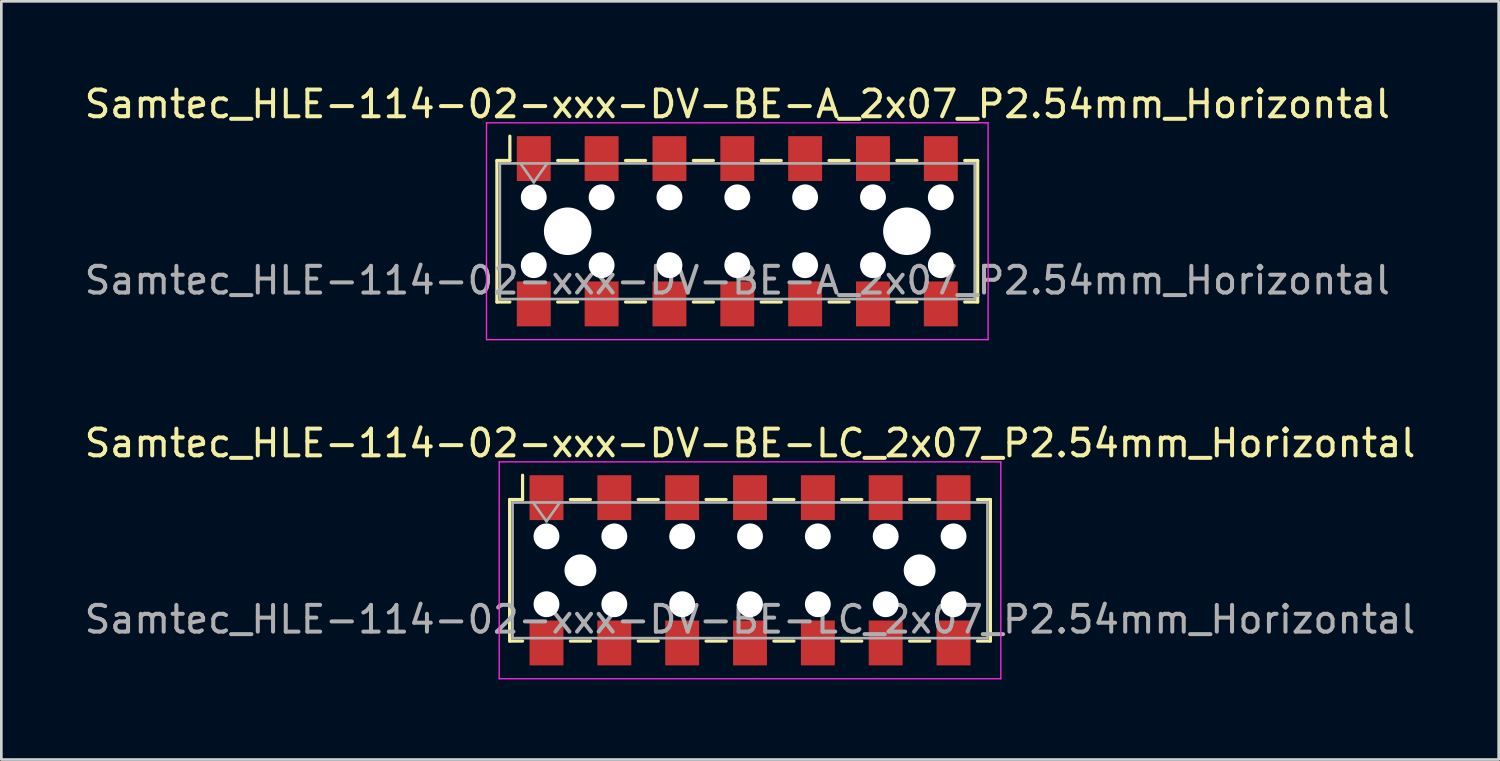
<source format=kicad_pcb>
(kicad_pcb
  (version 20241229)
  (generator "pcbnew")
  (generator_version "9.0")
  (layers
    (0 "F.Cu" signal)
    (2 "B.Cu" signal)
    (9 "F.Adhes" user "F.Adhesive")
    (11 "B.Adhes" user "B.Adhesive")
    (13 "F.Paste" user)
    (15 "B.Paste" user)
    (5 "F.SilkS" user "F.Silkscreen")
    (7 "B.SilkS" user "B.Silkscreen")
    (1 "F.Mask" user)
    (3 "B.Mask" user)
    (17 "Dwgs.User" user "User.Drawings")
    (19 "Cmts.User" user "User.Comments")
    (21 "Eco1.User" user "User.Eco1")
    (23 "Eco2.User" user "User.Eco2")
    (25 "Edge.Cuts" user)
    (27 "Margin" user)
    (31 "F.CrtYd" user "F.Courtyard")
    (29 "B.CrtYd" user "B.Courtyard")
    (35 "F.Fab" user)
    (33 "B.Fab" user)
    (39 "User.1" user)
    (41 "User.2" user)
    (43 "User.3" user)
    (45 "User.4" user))
  (footprint "Samtec_HLE-114-02-xxx-DV-BE-LC_2x07_P2.54mm_Horizontal"
    (layer "F.Cu")
    (at 25.03 18.302)
    (property "Reference" "Samtec_HLE-114-02-xxx-DV-BE-LC_2x07_P2.54mm_Horizontal" (at 0 -4.76 0) (layer "F.SilkS") (effects (font (size 1 1) (thickness 0.15))))
    (attr smd)
    (fp_line (start -9 -2.65) (end -9 2.65) (stroke (width 0.12) (type solid)) (layer "F.SilkS"))
    (fp_line (start -9 2.65) (end -8.515 2.65) (stroke (width 0.12) (type solid)) (layer "F.SilkS"))
    (fp_line (start -8.515 -3.56) (end -8.515 -2.65) (stroke (width 0.12) (type solid)) (layer "F.SilkS"))
    (fp_line (start -8.515 -2.65) (end -9 -2.65) (stroke (width 0.12) (type solid)) (layer "F.SilkS"))
    (fp_line (start -6.725 -2.65) (end -5.975 -2.65) (stroke (width 0.12) (type solid)) (layer "F.SilkS"))
    (fp_line (start -6.725 2.65) (end -5.975 2.65) (stroke (width 0.12) (type solid)) (layer "F.SilkS"))
    (fp_line (start -4.185 -2.65) (end -3.435 -2.65) (stroke (width 0.12) (type solid)) (layer "F.SilkS"))
    (fp_line (start -4.185 2.65) (end -3.435 2.65) (stroke (width 0.12) (type solid)) (layer "F.SilkS"))
    (fp_line (start -1.645 -2.65) (end -0.895 -2.65) (stroke (width 0.12) (type solid)) (layer "F.SilkS"))
    (fp_line (start -1.645 2.65) (end -0.895 2.65) (stroke (width 0.12) (type solid)) (layer "F.SilkS"))
    (fp_line (start 0.895 -2.65) (end 1.645 -2.65) (stroke (width 0.12) (type solid)) (layer "F.SilkS"))
    (fp_line (start 0.895 2.65) (end 1.645 2.65) (stroke (width 0.12) (type solid)) (layer "F.SilkS"))
    (fp_line (start 3.435 -2.65) (end 4.185 -2.65) (stroke (width 0.12) (type solid)) (layer "F.SilkS"))
    (fp_line (start 3.435 2.65) (end 4.185 2.65) (stroke (width 0.12) (type solid)) (layer "F.SilkS"))
    (fp_line (start 5.975 -2.65) (end 6.725 -2.65) (stroke (width 0.12) (type solid)) (layer "F.SilkS"))
    (fp_line (start 5.975 2.65) (end 6.725 2.65) (stroke (width 0.12) (type solid)) (layer "F.SilkS"))
    (fp_line (start 8.515 -2.65) (end 9 -2.65) (stroke (width 0.12) (type solid)) (layer "F.SilkS"))
    (fp_line (start 9 -2.65) (end 9 2.65) (stroke (width 0.12) (type solid)) (layer "F.SilkS"))
    (fp_line (start 9 2.65) (end 8.515 2.65) (stroke (width 0.12) (type solid)) (layer "F.SilkS"))
    (fp_line (start -9.39 -4.06) (end 9.39 -4.06) (stroke (width 0.05) (type solid)) (layer "F.CrtYd"))
    (fp_line (start -9.39 4.06) (end -9.39 -4.06) (stroke (width 0.05) (type solid)) (layer "F.CrtYd"))
    (fp_line (start 9.39 -4.06) (end 9.39 4.06) (stroke (width 0.05) (type solid)) (layer "F.CrtYd"))
    (fp_line (start 9.39 4.06) (end -9.39 4.06) (stroke (width 0.05) (type solid)) (layer "F.CrtYd"))
    (fp_line (start -8.89 -2.54) (end 8.89 -2.54) (stroke (width 0.1) (type solid)) (layer "F.Fab"))
    (fp_line (start -8.89 2.54) (end -8.89 -2.54) (stroke (width 0.1) (type solid)) (layer "F.Fab"))
    (fp_line (start -8.12 -2.54) (end -7.62 -1.833) (stroke (width 0.1) (type solid)) (layer "F.Fab"))
    (fp_line (start -7.62 -1.833) (end -7.12 -2.54) (stroke (width 0.1) (type solid)) (layer "F.Fab"))
    (fp_line (start 8.89 -2.54) (end 8.89 2.54) (stroke (width 0.1) (type solid)) (layer "F.Fab"))
    (fp_line (start 8.89 2.54) (end -8.89 2.54) (stroke (width 0.1) (type solid)) (layer "F.Fab"))
    (fp_text user "${REFERENCE}" (at 0 1.84 0) (layer "F.Fab") (effects (font (size 1 1) (thickness 0.15))))
    (pad "" np_thru_hole circle (at -7.62 -1.27) (size 0.97 0.97) (drill 0.97) (layers "*.Cu" "*.Mask"))
    (pad "" np_thru_hole circle (at -7.62 1.27) (size 0.97 0.97) (drill 0.97) (layers "*.Cu" "*.Mask"))
    (pad "" np_thru_hole circle (at -6.35 0) (size 1.19 1.19) (drill 1.19) (layers "*.Cu" "*.Mask"))
    (pad "" np_thru_hole circle (at -5.08 -1.27) (size 0.97 0.97) (drill 0.97) (layers "*.Cu" "*.Mask"))
    (pad "" np_thru_hole circle (at -5.08 1.27) (size 0.97 0.97) (drill 0.97) (layers "*.Cu" "*.Mask"))
    (pad "" np_thru_hole circle (at -2.54 -1.27) (size 0.97 0.97) (drill 0.97) (layers "*.Cu" "*.Mask"))
    (pad "" np_thru_hole circle (at -2.54 1.27) (size 0.97 0.97) (drill 0.97) (layers "*.Cu" "*.Mask"))
    (pad "" np_thru_hole circle (at 0 -1.27) (size 0.97 0.97) (drill 0.97) (layers "*.Cu" "*.Mask"))
    (pad "" np_thru_hole circle (at 0 1.27) (size 0.97 0.97) (drill 0.97) (layers "*.Cu" "*.Mask"))
    (pad "" np_thru_hole circle (at 2.54 -1.27) (size 0.97 0.97) (drill 0.97) (layers "*.Cu" "*.Mask"))
    (pad "" np_thru_hole circle (at 2.54 1.27) (size 0.97 0.97) (drill 0.97) (layers "*.Cu" "*.Mask"))
    (pad "" np_thru_hole circle (at 5.08 -1.27) (size 0.97 0.97) (drill 0.97) (layers "*.Cu" "*.Mask"))
    (pad "" np_thru_hole circle (at 5.08 1.27) (size 0.97 0.97) (drill 0.97) (layers "*.Cu" "*.Mask"))
    (pad "" np_thru_hole circle (at 6.35 0) (size 1.19 1.19) (drill 1.19) (layers "*.Cu" "*.Mask"))
    (pad "" np_thru_hole circle (at 7.62 -1.27) (size 0.97 0.97) (drill 0.97) (layers "*.Cu" "*.Mask"))
    (pad "" np_thru_hole circle (at 7.62 1.27) (size 0.97 0.97) (drill 0.97) (layers "*.Cu" "*.Mask"))
    (pad "1" smd rect (at -7.62 -2.72) (size 1.27 1.68) (layers "F.Cu" "F.Mask" "F.Paste"))
    (pad "2" smd rect (at -7.62 2.72) (size 1.27 1.68) (layers "F.Cu" "F.Mask" "F.Paste"))
    (pad "3" smd rect (at -5.08 -2.72) (size 1.27 1.68) (layers "F.Cu" "F.Mask" "F.Paste"))
    (pad "4" smd rect (at -5.08 2.72) (size 1.27 1.68) (layers "F.Cu" "F.Mask" "F.Paste"))
    (pad "5" smd rect (at -2.54 -2.72) (size 1.27 1.68) (layers "F.Cu" "F.Mask" "F.Paste"))
    (pad "6" smd rect (at -2.54 2.72) (size 1.27 1.68) (layers "F.Cu" "F.Mask" "F.Paste"))
    (pad "7" smd rect (at 0 -2.72) (size 1.27 1.68) (layers "F.Cu" "F.Mask" "F.Paste"))
    (pad "8" smd rect (at 0 2.72) (size 1.27 1.68) (layers "F.Cu" "F.Mask" "F.Paste"))
    (pad "9" smd rect (at 2.54 -2.72) (size 1.27 1.68) (layers "F.Cu" "F.Mask" "F.Paste"))
    (pad "10" smd rect (at 2.54 2.72) (size 1.27 1.68) (layers "F.Cu" "F.Mask" "F.Paste"))
    (pad "11" smd rect (at 5.08 -2.72) (size 1.27 1.68) (layers "F.Cu" "F.Mask" "F.Paste"))
    (pad "12" smd rect (at 5.08 2.72) (size 1.27 1.68) (layers "F.Cu" "F.Mask" "F.Paste"))
    (pad "13" smd rect (at 7.62 -2.72) (size 1.27 1.68) (layers "F.Cu" "F.Mask" "F.Paste"))
    (pad "14" smd rect (at 7.62 2.72) (size 1.27 1.68) (layers "F.Cu" "F.Mask" "F.Paste")))
  (footprint "Samtec_HLE-114-02-xxx-DV-BE-A_2x07_P2.54mm_Horizontal"
    (layer "F.Cu")
    (at 24.554 5.608)
    (property "Reference" "Samtec_HLE-114-02-xxx-DV-BE-A_2x07_P2.54mm_Horizontal" (at 0 -4.76 0) (layer "F.SilkS") (effects (font (size 1 1) (thickness 0.15))))
    (attr smd)
    (fp_line (start -9 -2.65) (end -9 2.65) (stroke (width 0.12) (type solid)) (layer "F.SilkS"))
    (fp_line (start -9 2.65) (end -8.515 2.65) (stroke (width 0.12) (type solid)) (layer "F.SilkS"))
    (fp_line (start -8.515 -3.56) (end -8.515 -2.65) (stroke (width 0.12) (type solid)) (layer "F.SilkS"))
    (fp_line (start -8.515 -2.65) (end -9 -2.65) (stroke (width 0.12) (type solid)) (layer "F.SilkS"))
    (fp_line (start -6.725 -2.65) (end -5.975 -2.65) (stroke (width 0.12) (type solid)) (layer "F.SilkS"))
    (fp_line (start -6.725 2.65) (end -5.975 2.65) (stroke (width 0.12) (type solid)) (layer "F.SilkS"))
    (fp_line (start -4.185 -2.65) (end -3.435 -2.65) (stroke (width 0.12) (type solid)) (layer "F.SilkS"))
    (fp_line (start -4.185 2.65) (end -3.435 2.65) (stroke (width 0.12) (type solid)) (layer "F.SilkS"))
    (fp_line (start -1.645 -2.65) (end -0.895 -2.65) (stroke (width 0.12) (type solid)) (layer "F.SilkS"))
    (fp_line (start -1.645 2.65) (end -0.895 2.65) (stroke (width 0.12) (type solid)) (layer "F.SilkS"))
    (fp_line (start 0.895 -2.65) (end 1.645 -2.65) (stroke (width 0.12) (type solid)) (layer "F.SilkS"))
    (fp_line (start 0.895 2.65) (end 1.645 2.65) (stroke (width 0.12) (type solid)) (layer "F.SilkS"))
    (fp_line (start 3.435 -2.65) (end 4.185 -2.65) (stroke (width 0.12) (type solid)) (layer "F.SilkS"))
    (fp_line (start 3.435 2.65) (end 4.185 2.65) (stroke (width 0.12) (type solid)) (layer "F.SilkS"))
    (fp_line (start 5.975 -2.65) (end 6.725 -2.65) (stroke (width 0.12) (type solid)) (layer "F.SilkS"))
    (fp_line (start 5.975 2.65) (end 6.725 2.65) (stroke (width 0.12) (type solid)) (layer "F.SilkS"))
    (fp_line (start 8.515 -2.65) (end 9 -2.65) (stroke (width 0.12) (type solid)) (layer "F.SilkS"))
    (fp_line (start 9 -2.65) (end 9 2.65) (stroke (width 0.12) (type solid)) (layer "F.SilkS"))
    (fp_line (start 9 2.65) (end 8.515 2.65) (stroke (width 0.12) (type solid)) (layer "F.SilkS"))
    (fp_line (start -9.39 -4.06) (end 9.39 -4.06) (stroke (width 0.05) (type solid)) (layer "F.CrtYd"))
    (fp_line (start -9.39 4.06) (end -9.39 -4.06) (stroke (width 0.05) (type solid)) (layer "F.CrtYd"))
    (fp_line (start 9.39 -4.06) (end 9.39 4.06) (stroke (width 0.05) (type solid)) (layer "F.CrtYd"))
    (fp_line (start 9.39 4.06) (end -9.39 4.06) (stroke (width 0.05) (type solid)) (layer "F.CrtYd"))
    (fp_line (start -8.89 -2.54) (end 8.89 -2.54) (stroke (width 0.1) (type solid)) (layer "F.Fab"))
    (fp_line (start -8.89 2.54) (end -8.89 -2.54) (stroke (width 0.1) (type solid)) (layer "F.Fab"))
    (fp_line (start -8.12 -2.54) (end -7.62 -1.833) (stroke (width 0.1) (type solid)) (layer "F.Fab"))
    (fp_line (start -7.62 -1.833) (end -7.12 -2.54) (stroke (width 0.1) (type solid)) (layer "F.Fab"))
    (fp_line (start 8.89 -2.54) (end 8.89 2.54) (stroke (width 0.1) (type solid)) (layer "F.Fab"))
    (fp_line (start 8.89 2.54) (end -8.89 2.54) (stroke (width 0.1) (type solid)) (layer "F.Fab"))
    (fp_text user "${REFERENCE}" (at 0 1.84 0) (layer "F.Fab") (effects (font (size 1 1) (thickness 0.15))))
    (pad "" np_thru_hole circle (at -7.62 -1.27) (size 0.97 0.97) (drill 0.97) (layers "*.Cu" "*.Mask"))
    (pad "" np_thru_hole circle (at -7.62 1.27) (size 0.97 0.97) (drill 0.97) (layers "*.Cu" "*.Mask"))
    (pad "" np_thru_hole circle (at -6.35 0) (size 1.78 1.78) (drill 1.78) (layers "*.Cu" "*.Mask"))
    (pad "" np_thru_hole circle (at -5.08 -1.27) (size 0.97 0.97) (drill 0.97) (layers "*.Cu" "*.Mask"))
    (pad "" np_thru_hole circle (at -5.08 1.27) (size 0.97 0.97) (drill 0.97) (layers "*.Cu" "*.Mask"))
    (pad "" np_thru_hole circle (at -2.54 -1.27) (size 0.97 0.97) (drill 0.97) (layers "*.Cu" "*.Mask"))
    (pad "" np_thru_hole circle (at -2.54 1.27) (size 0.97 0.97) (drill 0.97) (layers "*.Cu" "*.Mask"))
    (pad "" np_thru_hole circle (at 0 -1.27) (size 0.97 0.97) (drill 0.97) (layers "*.Cu" "*.Mask"))
    (pad "" np_thru_hole circle (at 0 1.27) (size 0.97 0.97) (drill 0.97) (layers "*.Cu" "*.Mask"))
    (pad "" np_thru_hole circle (at 2.54 -1.27) (size 0.97 0.97) (drill 0.97) (layers "*.Cu" "*.Mask"))
    (pad "" np_thru_hole circle (at 2.54 1.27) (size 0.97 0.97) (drill 0.97) (layers "*.Cu" "*.Mask"))
    (pad "" np_thru_hole circle (at 5.08 -1.27) (size 0.97 0.97) (drill 0.97) (layers "*.Cu" "*.Mask"))
    (pad "" np_thru_hole circle (at 5.08 1.27) (size 0.97 0.97) (drill 0.97) (layers "*.Cu" "*.Mask"))
    (pad "" np_thru_hole circle (at 6.35 0) (size 1.78 1.78) (drill 1.78) (layers "*.Cu" "*.Mask"))
    (pad "" np_thru_hole circle (at 7.62 -1.27) (size 0.97 0.97) (drill 0.97) (layers "*.Cu" "*.Mask"))
    (pad "" np_thru_hole circle (at 7.62 1.27) (size 0.97 0.97) (drill 0.97) (layers "*.Cu" "*.Mask"))
    (pad "1" smd rect (at -7.62 -2.72) (size 1.27 1.68) (layers "F.Cu" "F.Mask" "F.Paste"))
    (pad "2" smd rect (at -7.62 2.72) (size 1.27 1.68) (layers "F.Cu" "F.Mask" "F.Paste"))
    (pad "3" smd rect (at -5.08 -2.72) (size 1.27 1.68) (layers "F.Cu" "F.Mask" "F.Paste"))
    (pad "4" smd rect (at -5.08 2.72) (size 1.27 1.68) (layers "F.Cu" "F.Mask" "F.Paste"))
    (pad "5" smd rect (at -2.54 -2.72) (size 1.27 1.68) (layers "F.Cu" "F.Mask" "F.Paste"))
    (pad "6" smd rect (at -2.54 2.72) (size 1.27 1.68) (layers "F.Cu" "F.Mask" "F.Paste"))
    (pad "7" smd rect (at 0 -2.72) (size 1.27 1.68) (layers "F.Cu" "F.Mask" "F.Paste"))
    (pad "8" smd rect (at 0 2.72) (size 1.27 1.68) (layers "F.Cu" "F.Mask" "F.Paste"))
    (pad "9" smd rect (at 2.54 -2.72) (size 1.27 1.68) (layers "F.Cu" "F.Mask" "F.Paste"))
    (pad "10" smd rect (at 2.54 2.72) (size 1.27 1.68) (layers "F.Cu" "F.Mask" "F.Paste"))
    (pad "11" smd rect (at 5.08 -2.72) (size 1.27 1.68) (layers "F.Cu" "F.Mask" "F.Paste"))
    (pad "12" smd rect (at 5.08 2.72) (size 1.27 1.68) (layers "F.Cu" "F.Mask" "F.Paste"))
    (pad "13" smd rect (at 7.62 -2.72) (size 1.27 1.68) (layers "F.Cu" "F.Mask" "F.Paste"))
    (pad "14" smd rect (at 7.62 2.72) (size 1.27 1.68) (layers "F.Cu" "F.Mask" "F.Paste")))
  (gr_rect
    (start -3 -3)
    (end 53.06 25.387)
    (stroke (width 0.1) (type default))
    (fill no)
    (layer "Edge.Cuts")))
</source>
